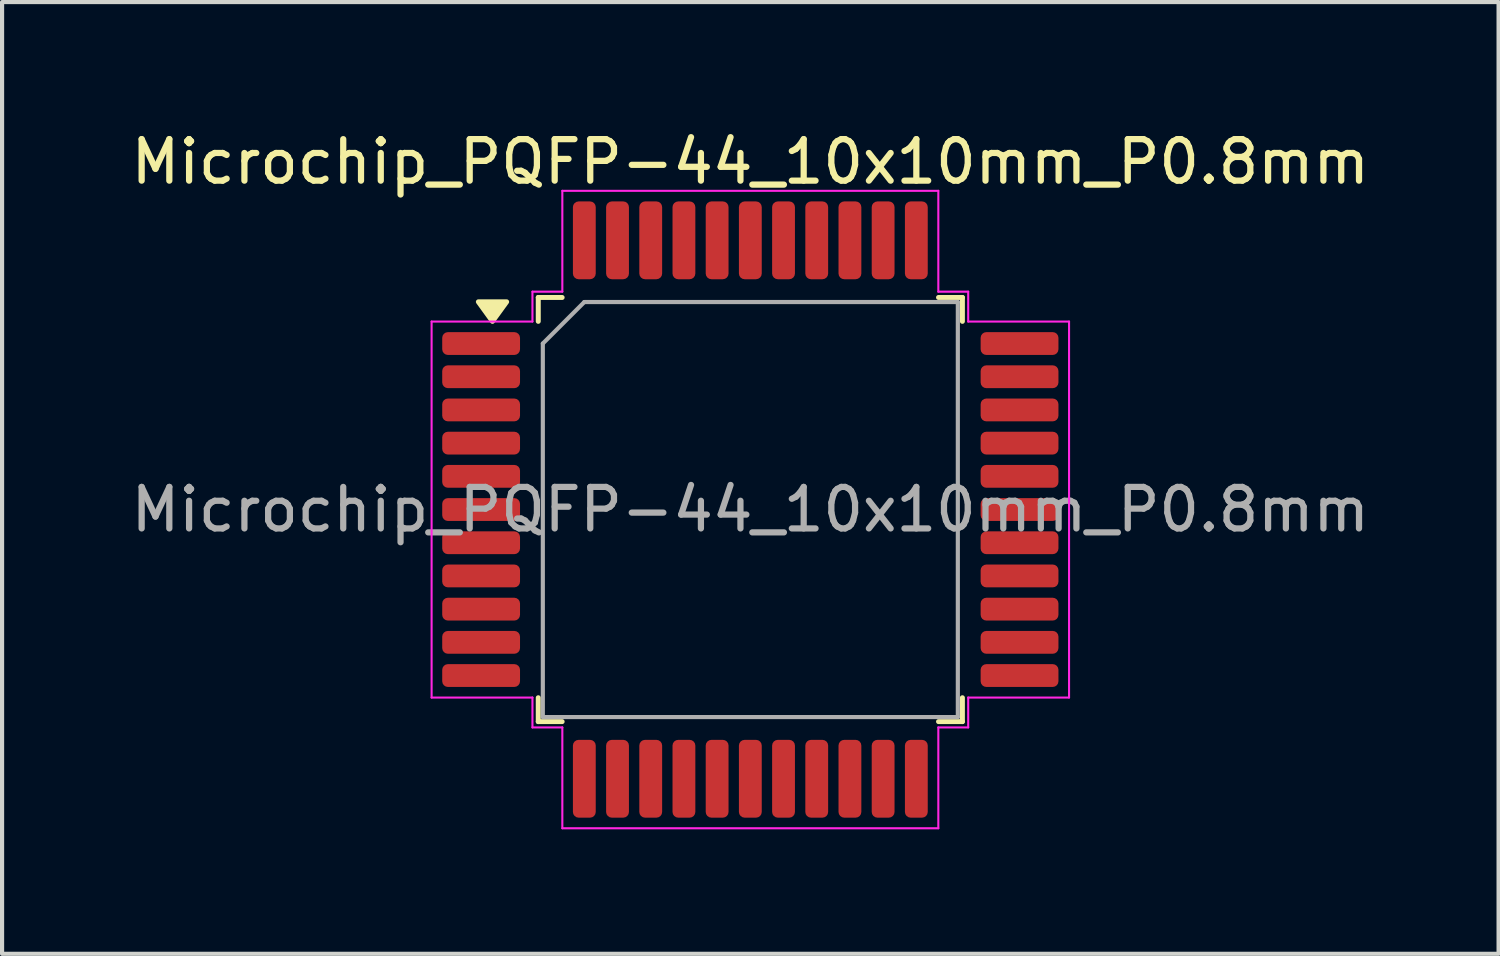
<source format=kicad_pcb>
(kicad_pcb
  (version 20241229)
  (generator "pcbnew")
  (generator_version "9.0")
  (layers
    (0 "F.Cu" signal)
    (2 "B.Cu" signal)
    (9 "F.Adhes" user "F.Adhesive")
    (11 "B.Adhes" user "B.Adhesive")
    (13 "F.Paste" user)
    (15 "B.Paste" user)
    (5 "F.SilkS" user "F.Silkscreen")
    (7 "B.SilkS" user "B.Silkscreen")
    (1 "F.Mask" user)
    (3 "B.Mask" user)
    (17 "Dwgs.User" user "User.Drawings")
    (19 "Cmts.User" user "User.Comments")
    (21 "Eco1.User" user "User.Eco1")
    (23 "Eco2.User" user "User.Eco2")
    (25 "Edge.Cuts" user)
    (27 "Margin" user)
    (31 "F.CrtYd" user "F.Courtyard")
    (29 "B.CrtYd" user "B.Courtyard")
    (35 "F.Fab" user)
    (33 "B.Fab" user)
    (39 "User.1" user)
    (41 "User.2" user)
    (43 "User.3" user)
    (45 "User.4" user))
  (footprint "Microchip_PQFP-44_10x10mm_P0.8mm"
    (layer "F.Cu")
    (at 15.03 9.228)
    (property "Reference" "Microchip_PQFP-44_10x10mm_P0.8mm" (at 0 -8.38 0) (layer "F.SilkS") (effects (font (size 1 1) (thickness 0.15))))
    (attr smd)
    (fp_line (start -5.11 -5.11) (end -5.11 -4.535) (stroke (width 0.12) (type solid)) (layer "F.SilkS"))
    (fp_line (start -5.11 5.11) (end -5.11 4.535) (stroke (width 0.12) (type solid)) (layer "F.SilkS"))
    (fp_line (start -4.535 -5.11) (end -5.11 -5.11) (stroke (width 0.12) (type solid)) (layer "F.SilkS"))
    (fp_line (start -4.535 5.11) (end -5.11 5.11) (stroke (width 0.12) (type solid)) (layer "F.SilkS"))
    (fp_line (start 4.535 -5.11) (end 5.11 -5.11) (stroke (width 0.12) (type solid)) (layer "F.SilkS"))
    (fp_line (start 4.535 5.11) (end 5.11 5.11) (stroke (width 0.12) (type solid)) (layer "F.SilkS"))
    (fp_line (start 5.11 -5.11) (end 5.11 -4.535) (stroke (width 0.12) (type solid)) (layer "F.SilkS"))
    (fp_line (start 5.11 5.11) (end 5.11 4.535) (stroke (width 0.12) (type solid)) (layer "F.SilkS"))
    (fp_poly (pts (xy -6.213 -4.535) (xy -6.553 -5.005) (xy -5.872 -5.005)) (stroke (width 0.12) (type solid)) (fill yes) (layer "F.SilkS"))
    (fp_line (start -7.68 -4.53) (end -5.25 -4.53) (stroke (width 0.05) (type solid)) (layer "F.CrtYd"))
    (fp_line (start -7.68 4.53) (end -7.68 -4.53) (stroke (width 0.05) (type solid)) (layer "F.CrtYd"))
    (fp_line (start -5.25 -5.25) (end -4.53 -5.25) (stroke (width 0.05) (type solid)) (layer "F.CrtYd"))
    (fp_line (start -5.25 -4.53) (end -5.25 -5.25) (stroke (width 0.05) (type solid)) (layer "F.CrtYd"))
    (fp_line (start -5.25 4.53) (end -7.68 4.53) (stroke (width 0.05) (type solid)) (layer "F.CrtYd"))
    (fp_line (start -5.25 5.25) (end -5.25 4.53) (stroke (width 0.05) (type solid)) (layer "F.CrtYd"))
    (fp_line (start -4.53 -7.68) (end 4.53 -7.68) (stroke (width 0.05) (type solid)) (layer "F.CrtYd"))
    (fp_line (start -4.53 -5.25) (end -4.53 -7.68) (stroke (width 0.05) (type solid)) (layer "F.CrtYd"))
    (fp_line (start -4.53 5.25) (end -5.25 5.25) (stroke (width 0.05) (type solid)) (layer "F.CrtYd"))
    (fp_line (start -4.53 7.68) (end -4.53 5.25) (stroke (width 0.05) (type solid)) (layer "F.CrtYd"))
    (fp_line (start 4.53 -7.68) (end 4.53 -5.25) (stroke (width 0.05) (type solid)) (layer "F.CrtYd"))
    (fp_line (start 4.53 -5.25) (end 5.25 -5.25) (stroke (width 0.05) (type solid)) (layer "F.CrtYd"))
    (fp_line (start 4.53 5.25) (end 4.53 7.68) (stroke (width 0.05) (type solid)) (layer "F.CrtYd"))
    (fp_line (start 4.53 7.68) (end -4.53 7.68) (stroke (width 0.05) (type solid)) (layer "F.CrtYd"))
    (fp_line (start 5.25 -5.25) (end 5.25 -4.53) (stroke (width 0.05) (type solid)) (layer "F.CrtYd"))
    (fp_line (start 5.25 -4.53) (end 7.68 -4.53) (stroke (width 0.05) (type solid)) (layer "F.CrtYd"))
    (fp_line (start 5.25 4.53) (end 5.25 5.25) (stroke (width 0.05) (type solid)) (layer "F.CrtYd"))
    (fp_line (start 5.25 5.25) (end 4.53 5.25) (stroke (width 0.05) (type solid)) (layer "F.CrtYd"))
    (fp_line (start 7.68 -4.53) (end 7.68 4.53) (stroke (width 0.05) (type solid)) (layer "F.CrtYd"))
    (fp_line (start 7.68 4.53) (end 5.25 4.53) (stroke (width 0.05) (type solid)) (layer "F.CrtYd"))
    (fp_line (start -5 -4) (end -4 -5) (stroke (width 0.1) (type solid)) (layer "F.Fab"))
    (fp_line (start -5 5) (end -5 -4) (stroke (width 0.1) (type solid)) (layer "F.Fab"))
    (fp_line (start -4 -5) (end 5 -5) (stroke (width 0.1) (type solid)) (layer "F.Fab"))
    (fp_line (start 5 -5) (end 5 5) (stroke (width 0.1) (type solid)) (layer "F.Fab"))
    (fp_line (start 5 5) (end -5 5) (stroke (width 0.1) (type solid)) (layer "F.Fab"))
    (fp_text user "${REFERENCE}" (at 0 0 0) (layer "F.Fab") (effects (font (size 1 1) (thickness 0.15))))
    (pad "1" smd roundrect (at -6.487 -4) (size 1.875 0.55) (layers "F.Cu" "F.Mask" "F.Paste") (roundrect_rratio 0.25))
    (pad "2" smd roundrect (at -6.487 -3.2) (size 1.875 0.55) (layers "F.Cu" "F.Mask" "F.Paste") (roundrect_rratio 0.25))
    (pad "3" smd roundrect (at -6.487 -2.4) (size 1.875 0.55) (layers "F.Cu" "F.Mask" "F.Paste") (roundrect_rratio 0.25))
    (pad "4" smd roundrect (at -6.487 -1.6) (size 1.875 0.55) (layers "F.Cu" "F.Mask" "F.Paste") (roundrect_rratio 0.25))
    (pad "5" smd roundrect (at -6.487 -0.8) (size 1.875 0.55) (layers "F.Cu" "F.Mask" "F.Paste") (roundrect_rratio 0.25))
    (pad "6" smd roundrect (at -6.487 0) (size 1.875 0.55) (layers "F.Cu" "F.Mask" "F.Paste") (roundrect_rratio 0.25))
    (pad "7" smd roundrect (at -6.487 0.8) (size 1.875 0.55) (layers "F.Cu" "F.Mask" "F.Paste") (roundrect_rratio 0.25))
    (pad "8" smd roundrect (at -6.487 1.6) (size 1.875 0.55) (layers "F.Cu" "F.Mask" "F.Paste") (roundrect_rratio 0.25))
    (pad "9" smd roundrect (at -6.487 2.4) (size 1.875 0.55) (layers "F.Cu" "F.Mask" "F.Paste") (roundrect_rratio 0.25))
    (pad "10" smd roundrect (at -6.487 3.2) (size 1.875 0.55) (layers "F.Cu" "F.Mask" "F.Paste") (roundrect_rratio 0.25))
    (pad "11" smd roundrect (at -6.487 4) (size 1.875 0.55) (layers "F.Cu" "F.Mask" "F.Paste") (roundrect_rratio 0.25))
    (pad "12" smd roundrect (at -4 6.487) (size 0.55 1.875) (layers "F.Cu" "F.Mask" "F.Paste") (roundrect_rratio 0.25))
    (pad "13" smd roundrect (at -3.2 6.487) (size 0.55 1.875) (layers "F.Cu" "F.Mask" "F.Paste") (roundrect_rratio 0.25))
    (pad "14" smd roundrect (at -2.4 6.487) (size 0.55 1.875) (layers "F.Cu" "F.Mask" "F.Paste") (roundrect_rratio 0.25))
    (pad "15" smd roundrect (at -1.6 6.487) (size 0.55 1.875) (layers "F.Cu" "F.Mask" "F.Paste") (roundrect_rratio 0.25))
    (pad "16" smd roundrect (at -0.8 6.487) (size 0.55 1.875) (layers "F.Cu" "F.Mask" "F.Paste") (roundrect_rratio 0.25))
    (pad "17" smd roundrect (at 0 6.487) (size 0.55 1.875) (layers "F.Cu" "F.Mask" "F.Paste") (roundrect_rratio 0.25))
    (pad "18" smd roundrect (at 0.8 6.487) (size 0.55 1.875) (layers "F.Cu" "F.Mask" "F.Paste") (roundrect_rratio 0.25))
    (pad "19" smd roundrect (at 1.6 6.487) (size 0.55 1.875) (layers "F.Cu" "F.Mask" "F.Paste") (roundrect_rratio 0.25))
    (pad "20" smd roundrect (at 2.4 6.487) (size 0.55 1.875) (layers "F.Cu" "F.Mask" "F.Paste") (roundrect_rratio 0.25))
    (pad "21" smd roundrect (at 3.2 6.487) (size 0.55 1.875) (layers "F.Cu" "F.Mask" "F.Paste") (roundrect_rratio 0.25))
    (pad "22" smd roundrect (at 4 6.487) (size 0.55 1.875) (layers "F.Cu" "F.Mask" "F.Paste") (roundrect_rratio 0.25))
    (pad "23" smd roundrect (at 6.487 4) (size 1.875 0.55) (layers "F.Cu" "F.Mask" "F.Paste") (roundrect_rratio 0.25))
    (pad "24" smd roundrect (at 6.487 3.2) (size 1.875 0.55) (layers "F.Cu" "F.Mask" "F.Paste") (roundrect_rratio 0.25))
    (pad "25" smd roundrect (at 6.487 2.4) (size 1.875 0.55) (layers "F.Cu" "F.Mask" "F.Paste") (roundrect_rratio 0.25))
    (pad "26" smd roundrect (at 6.487 1.6) (size 1.875 0.55) (layers "F.Cu" "F.Mask" "F.Paste") (roundrect_rratio 0.25))
    (pad "27" smd roundrect (at 6.487 0.8) (size 1.875 0.55) (layers "F.Cu" "F.Mask" "F.Paste") (roundrect_rratio 0.25))
    (pad "28" smd roundrect (at 6.487 0) (size 1.875 0.55) (layers "F.Cu" "F.Mask" "F.Paste") (roundrect_rratio 0.25))
    (pad "29" smd roundrect (at 6.487 -0.8) (size 1.875 0.55) (layers "F.Cu" "F.Mask" "F.Paste") (roundrect_rratio 0.25))
    (pad "30" smd roundrect (at 6.487 -1.6) (size 1.875 0.55) (layers "F.Cu" "F.Mask" "F.Paste") (roundrect_rratio 0.25))
    (pad "31" smd roundrect (at 6.487 -2.4) (size 1.875 0.55) (layers "F.Cu" "F.Mask" "F.Paste") (roundrect_rratio 0.25))
    (pad "32" smd roundrect (at 6.487 -3.2) (size 1.875 0.55) (layers "F.Cu" "F.Mask" "F.Paste") (roundrect_rratio 0.25))
    (pad "33" smd roundrect (at 6.487 -4) (size 1.875 0.55) (layers "F.Cu" "F.Mask" "F.Paste") (roundrect_rratio 0.25))
    (pad "34" smd roundrect (at 4 -6.487) (size 0.55 1.875) (layers "F.Cu" "F.Mask" "F.Paste") (roundrect_rratio 0.25))
    (pad "35" smd roundrect (at 3.2 -6.487) (size 0.55 1.875) (layers "F.Cu" "F.Mask" "F.Paste") (roundrect_rratio 0.25))
    (pad "36" smd roundrect (at 2.4 -6.487) (size 0.55 1.875) (layers "F.Cu" "F.Mask" "F.Paste") (roundrect_rratio 0.25))
    (pad "37" smd roundrect (at 1.6 -6.487) (size 0.55 1.875) (layers "F.Cu" "F.Mask" "F.Paste") (roundrect_rratio 0.25))
    (pad "38" smd roundrect (at 0.8 -6.487) (size 0.55 1.875) (layers "F.Cu" "F.Mask" "F.Paste") (roundrect_rratio 0.25))
    (pad "39" smd roundrect (at 0 -6.487) (size 0.55 1.875) (layers "F.Cu" "F.Mask" "F.Paste") (roundrect_rratio 0.25))
    (pad "40" smd roundrect (at -0.8 -6.487) (size 0.55 1.875) (layers "F.Cu" "F.Mask" "F.Paste") (roundrect_rratio 0.25))
    (pad "41" smd roundrect (at -1.6 -6.487) (size 0.55 1.875) (layers "F.Cu" "F.Mask" "F.Paste") (roundrect_rratio 0.25))
    (pad "42" smd roundrect (at -2.4 -6.487) (size 0.55 1.875) (layers "F.Cu" "F.Mask" "F.Paste") (roundrect_rratio 0.25))
    (pad "43" smd roundrect (at -3.2 -6.487) (size 0.55 1.875) (layers "F.Cu" "F.Mask" "F.Paste") (roundrect_rratio 0.25))
    (pad "44" smd roundrect (at -4 -6.487) (size 0.55 1.875) (layers "F.Cu" "F.Mask" "F.Paste") (roundrect_rratio 0.25)))
  (gr_rect
    (start -3 -3)
    (end 33.06 19.933)
    (stroke (width 0.1) (type default))
    (fill no)
    (layer "Edge.Cuts")))
</source>
